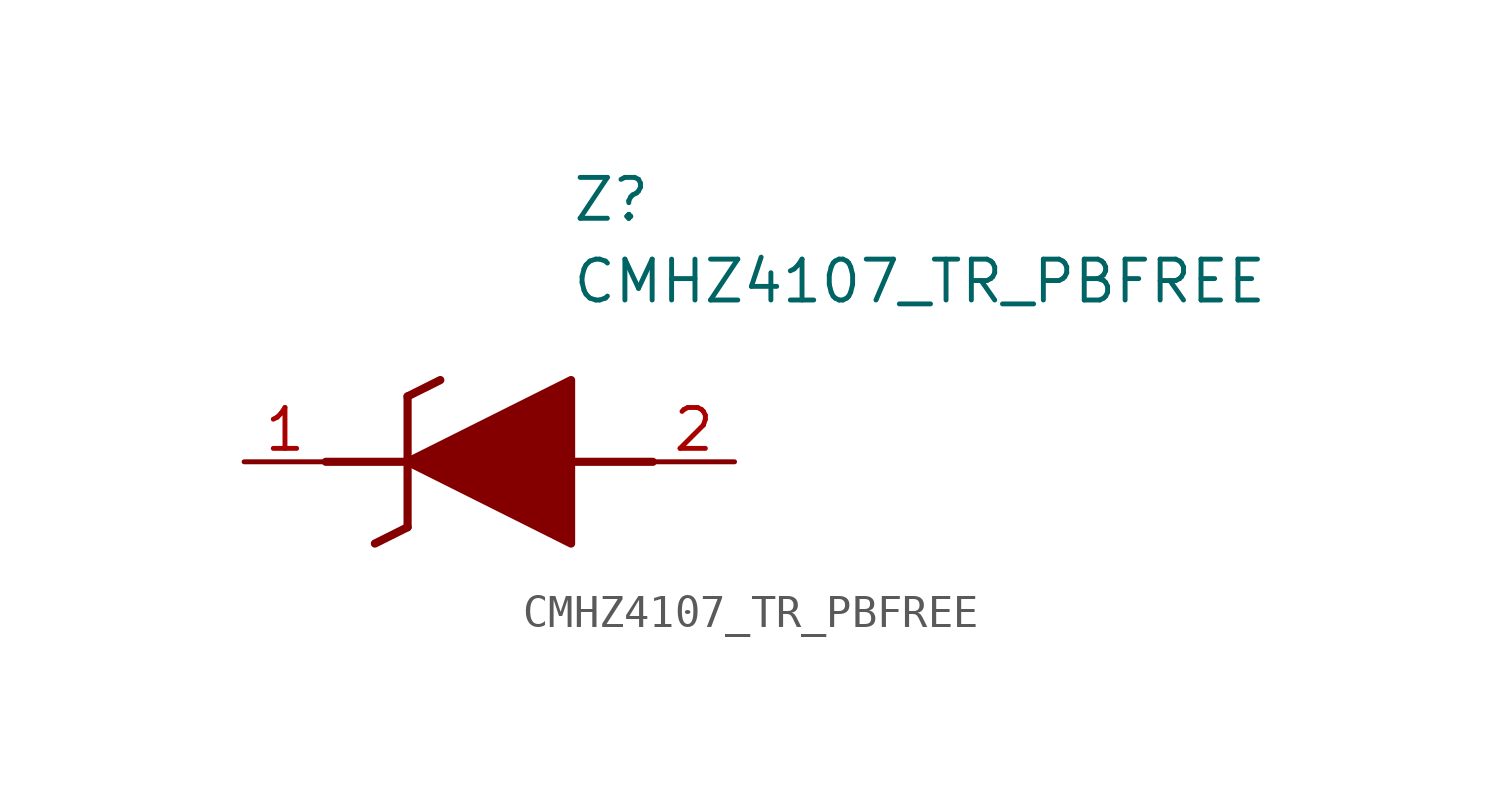
<source format=kicad_sym>
(kicad_symbol_lib
  (version 20211014)
  (generator SamacSys_ECAD_Model)
  (symbol "CMHZ4107_TR_PBFREE"
    (pin_names hide)
    (property "Reference" "Z"
      (at 10.16 8.89 0)
      (effects (font (size 1.27 1.27)) (justify left top)))
    (property "Value" "CMHZ4107_TR_PBFREE"
      (at 10.16 6.35 0)
      (effects (font (size 1.27 1.27)) (justify left top)))
    (polyline
      (pts (xy 5.08 2.032) (xy 5.08 -2.032))
      (stroke (width 0.254) (type default))
      (fill (type none)))
    (polyline
      (pts (xy 5.08 2.032) (xy 6.096 2.54))
      (stroke (width 0.254) (type default))
      (fill (type none)))
    (polyline
      (pts (xy 4.064 -2.54) (xy 5.08 -2.032))
      (stroke (width 0.254) (type default))
      (fill (type none)))
    (polyline
      (pts (xy 2.54 0) (xy 5.08 0))
      (stroke (width 0.254) (type default))
      (fill (type none)))
    (polyline
      (pts (xy 12.7 0) (xy 10.16 0))
      (stroke (width 0.254) (type default))
      (fill (type none)))
    (polyline
      (pts (xy 5.08 0) (xy 10.16 2.54) (xy 10.16 -2.54) (xy 5.08 0))
      (stroke (width 0.254) (type default))
      (fill (type outline)))
    (pin passive line
      (at 0 0 0)
      (length 2.54)
      (name "K" (effects (font (size 1.27 1.27))))
      (number "1" (effects (font (size 1.27 1.27)))))
    (pin passive line
      (at 15.24 0 180)
      (length 2.54)
      (name "A" (effects (font (size 1.27 1.27))))
      (number "2" (effects (font (size 1.27 1.27)))))))
</source>
